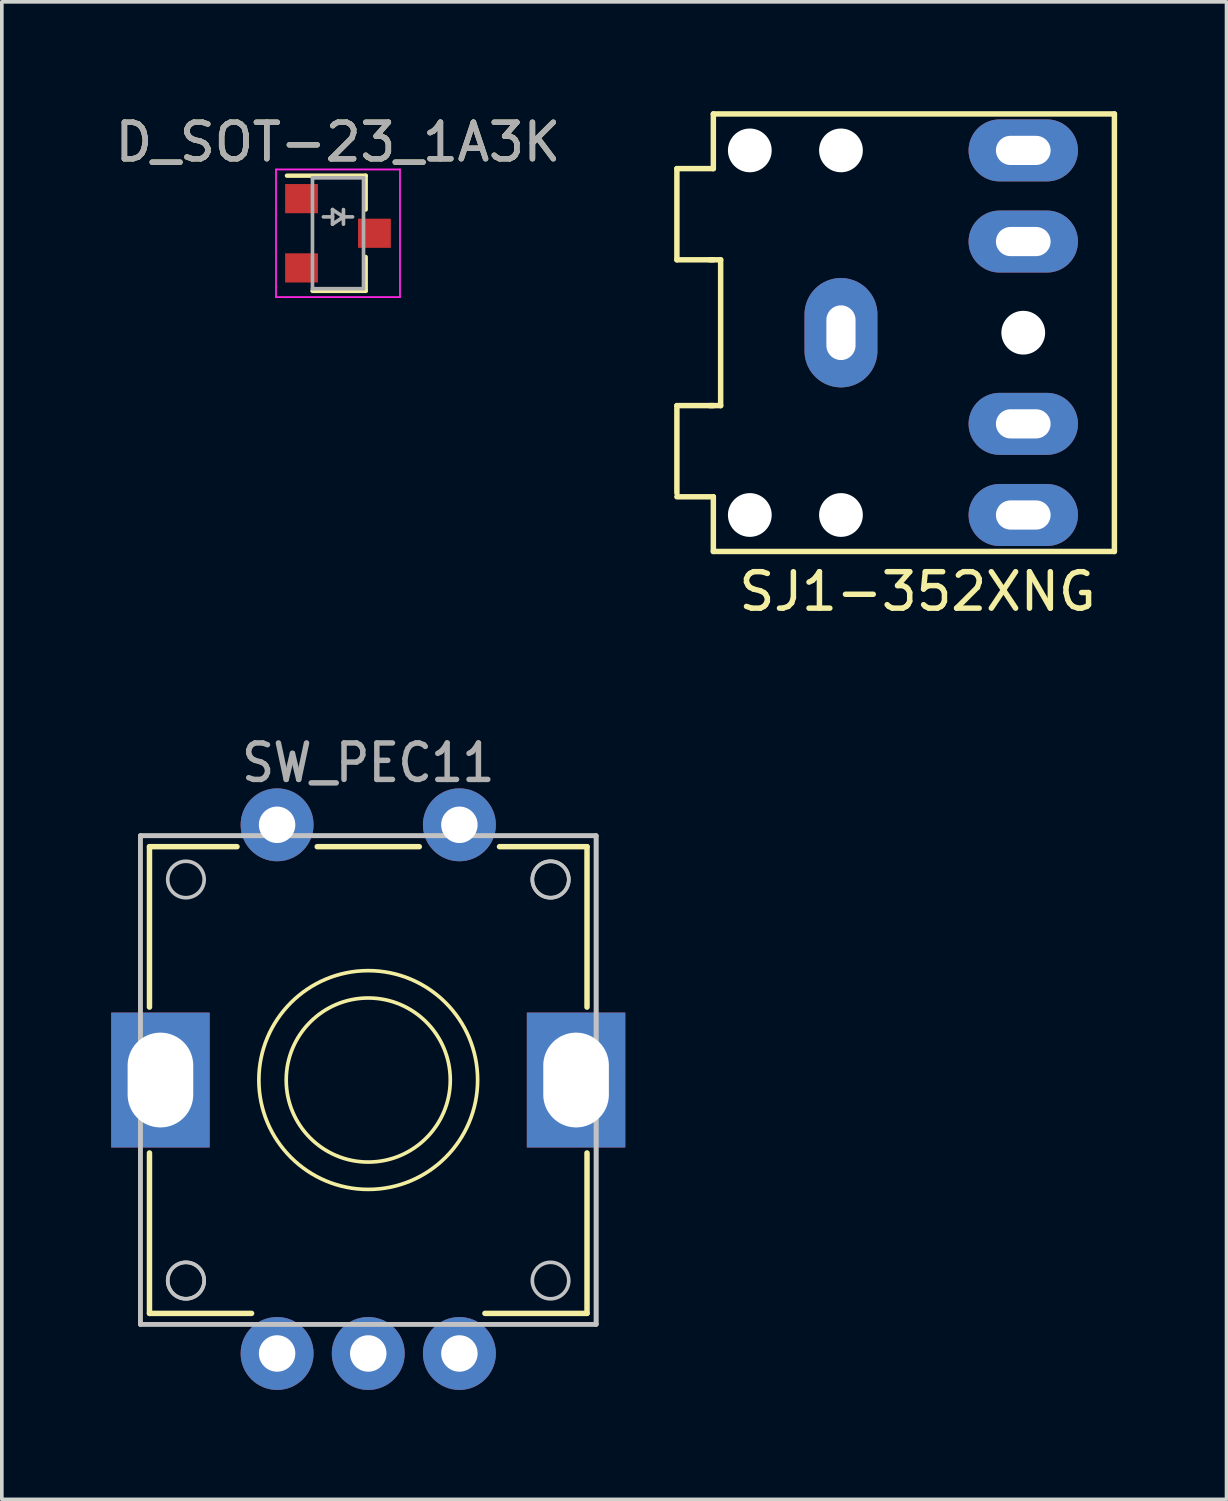
<source format=kicad_pcb>
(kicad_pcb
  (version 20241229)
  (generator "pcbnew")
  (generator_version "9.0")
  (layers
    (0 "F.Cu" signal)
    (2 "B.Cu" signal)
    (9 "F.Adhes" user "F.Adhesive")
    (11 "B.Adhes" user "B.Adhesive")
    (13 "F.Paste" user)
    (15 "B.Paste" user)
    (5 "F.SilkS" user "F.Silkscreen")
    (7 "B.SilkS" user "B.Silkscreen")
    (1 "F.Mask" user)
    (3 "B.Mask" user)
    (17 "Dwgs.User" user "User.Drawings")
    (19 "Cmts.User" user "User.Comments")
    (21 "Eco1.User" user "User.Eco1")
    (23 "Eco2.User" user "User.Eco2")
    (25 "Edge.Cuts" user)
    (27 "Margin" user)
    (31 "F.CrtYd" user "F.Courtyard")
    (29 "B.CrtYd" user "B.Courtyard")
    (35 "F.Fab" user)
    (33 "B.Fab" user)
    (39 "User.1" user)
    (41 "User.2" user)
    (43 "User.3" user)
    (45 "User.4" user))
  (footprint "SJ1-352XNG"
    (layer "F.Cu")
    (at 20.015 6.075)
    (property "Reference" "SJ1-352XNG" (at 2.1 7.1 0) (layer "F.SilkS") (effects (font (size 1 1) (thickness 0.15))))
    (attr through_hole)
    (fp_line (start -4.5 -4.5) (end -3.5 -4.5) (stroke (width 0.15) (type solid)) (layer "F.SilkS"))
    (fp_line (start -4.5 -2) (end -4.5 -4.5) (stroke (width 0.15) (type solid)) (layer "F.SilkS"))
    (fp_line (start -4.5 2) (end -4.5 4.4) (stroke (width 0.15) (type solid)) (layer "F.SilkS"))
    (fp_line (start -4.5 4.5) (end -3.5 4.5) (stroke (width 0.15) (type solid)) (layer "F.SilkS"))
    (fp_line (start -3.5 -6) (end 7.5 -6) (stroke (width 0.15) (type solid)) (layer "F.SilkS"))
    (fp_line (start -3.5 -4.5) (end -3.5 -6) (stroke (width 0.15) (type solid)) (layer "F.SilkS"))
    (fp_line (start -3.5 -2) (end -4.5 -2) (stroke (width 0.15) (type solid)) (layer "F.SilkS"))
    (fp_line (start -3.5 2) (end -4.5 2) (stroke (width 0.15) (type solid)) (layer "F.SilkS"))
    (fp_line (start -3.5 4.5) (end -3.5 6) (stroke (width 0.15) (type solid)) (layer "F.SilkS"))
    (fp_line (start -3.3 -2) (end -3.6 -2) (stroke (width 0.15) (type solid)) (layer "F.SilkS"))
    (fp_line (start -3.3 -2) (end -3.3 2) (stroke (width 0.15) (type solid)) (layer "F.SilkS"))
    (fp_line (start -3.3 2) (end -3.6 2) (stroke (width 0.15) (type solid)) (layer "F.SilkS"))
    (fp_line (start 7.5 -6) (end 7.5 6) (stroke (width 0.15) (type solid)) (layer "F.SilkS"))
    (fp_line (start 7.5 6) (end -3.5 6) (stroke (width 0.15) (type solid)) (layer "F.SilkS"))
    (pad "" np_thru_hole circle (at -2.5 -5) (size 1.2 1.2) (drill 1.2) (layers "*.Cu"))
    (pad "" np_thru_hole circle (at -2.5 5) (size 1.2 1.2) (drill 1.2) (layers "*.Cu"))
    (pad "" np_thru_hole circle (at 0 -5) (size 1.2 1.2) (drill 1.2) (layers "*.Cu"))
    (pad "" np_thru_hole circle (at 0 5) (size 1.2 1.2) (drill 1.2) (layers "*.Cu"))
    (pad "" np_thru_hole circle (at 5 0) (size 1.2 1.2) (drill 1.2) (layers "*.Cu"))
    (pad "1" thru_hole oval (at 0 0 90) (size 3 2) (drill oval 1.5 0.8) (layers "*.Cu" "*.Mask"))
    (pad "2" thru_hole oval (at 5 5) (size 3 1.7) (drill oval 1.5 0.8) (layers "*.Cu" "*.Mask"))
    (pad "3" thru_hole oval (at 5 -5) (size 3 1.7) (drill oval 1.5 0.8) (layers "*.Cu" "*.Mask"))
    (pad "4" thru_hole oval (at 5 2.5) (size 3 1.7) (drill oval 1.5 0.8) (layers "*.Cu" "*.Mask"))
    (pad "5" thru_hole oval (at 5 -2.5) (size 3 1.7) (drill oval 1.5 0.8) (layers "*.Cu" "*.Mask")))
  (footprint "SW_PEC11"
    (layer "F.Cu")
    (at 7.05 26.572)
    (property "Reference" "SW_PEC11" (at 0 -8.7 0) (layer "F.Fab") (effects (font (size 1 0.9) (thickness 0.15))))
    (attr through_hole)
    (fp_line (start -6 -6.4) (end -6 -2) (stroke (width 0.15) (type solid)) (layer "F.SilkS"))
    (fp_line (start -6 -6.4) (end -3.6 -6.4) (stroke (width 0.15) (type solid)) (layer "F.SilkS"))
    (fp_line (start -6 6.4) (end -6 2) (stroke (width 0.15) (type solid)) (layer "F.SilkS"))
    (fp_line (start -6 6.4) (end -3.2 6.4) (stroke (width 0.15) (type solid)) (layer "F.SilkS"))
    (fp_line (start -1.4 -6.4) (end 1.4 -6.4) (stroke (width 0.15) (type solid)) (layer "F.SilkS"))
    (fp_line (start 6 -6.4) (end 3.6 -6.4) (stroke (width 0.15) (type solid)) (layer "F.SilkS"))
    (fp_line (start 6 -6.4) (end 6 -2) (stroke (width 0.15) (type solid)) (layer "F.SilkS"))
    (fp_line (start 6 6.4) (end 3.2 6.4) (stroke (width 0.15) (type solid)) (layer "F.SilkS"))
    (fp_line (start 6 6.4) (end 6 2) (stroke (width 0.15) (type solid)) (layer "F.SilkS"))
    (fp_circle (center 0 0) (end 2.25 0) (stroke (width 0.1) (type solid)) (fill no) (layer "F.SilkS"))
    (fp_circle (center 0 0) (end 3 0) (stroke (width 0.1) (type solid)) (fill no) (layer "F.SilkS"))
    (fp_line (start -6.25 -6.7) (end -6.25 6.7) (stroke (width 0.127) (type solid)) (layer "Dwgs.User"))
    (fp_line (start -6.25 -6.7) (end -6.25 6.7) (stroke (width 0.127) (type solid)) (layer "Dwgs.User"))
    (fp_line (start -6.25 6.7) (end 6.25 6.7) (stroke (width 0.127) (type solid)) (layer "Dwgs.User"))
    (fp_line (start -6.25 6.7) (end 6.25 6.7) (stroke (width 0.127) (type solid)) (layer "Dwgs.User"))
    (fp_line (start 6.25 -6.7) (end -6.25 -6.7) (stroke (width 0.127) (type solid)) (layer "Dwgs.User"))
    (fp_line (start 6.25 -6.7) (end -6.25 -6.7) (stroke (width 0.127) (type solid)) (layer "Dwgs.User"))
    (fp_line (start 6.25 6.7) (end 6.25 -6.7) (stroke (width 0.127) (type solid)) (layer "Dwgs.User"))
    (fp_line (start 6.25 6.7) (end 6.25 -6.7) (stroke (width 0.127) (type solid)) (layer "Dwgs.User"))
    (fp_circle (center -5 -5.5) (end -4.5 -5.5) (stroke (width 0.1) (type solid)) (fill no) (layer "Dwgs.User"))
    (fp_circle (center -5 5.5) (end -4.5 5.5) (stroke (width 0.1) (type solid)) (fill no) (layer "Dwgs.User"))
    (fp_circle (center -5 5.5) (end -4.5 5.5) (stroke (width 0.1) (type solid)) (fill no) (layer "Dwgs.User"))
    (fp_circle (center 5 -5.5) (end 5.5 -5.5) (stroke (width 0.1) (type solid)) (fill no) (layer "Dwgs.User"))
    (fp_circle (center 5 -5.5) (end 5.5 -5.5) (stroke (width 0.1) (type solid)) (fill no) (layer "Dwgs.User"))
    (fp_circle (center 5 5.5) (end 5.5 5.5) (stroke (width 0.1) (type solid)) (fill no) (layer "Dwgs.User"))
    (pad "1" thru_hole circle (at -2.5 -7) (size 2 2) (drill 1) (layers "*.Cu" "*.Mask"))
    (pad "2" thru_hole circle (at 2.5 -7) (size 2 2) (drill 1) (layers "*.Cu" "*.Mask"))
    (pad "A" thru_hole circle (at -2.5 7.5) (size 2 2) (drill 1) (layers "*.Cu" "*.Mask"))
    (pad "B" thru_hole circle (at 2.5 7.5) (size 2 2) (drill 1) (layers "*.Cu" "*.Mask"))
    (pad "C" thru_hole circle (at 0 7.5) (size 2 2) (drill 1) (layers "*.Cu" "*.Mask"))
    (pad "P1" thru_hole rect (at -5.7 0) (size 2.7 3.7) (drill oval 1.8 2.6) (layers "*.Cu" "*.Mask"))
    (pad "P2" thru_hole rect (at 5.7 0) (size 2.7 3.7) (drill oval 1.8 2.6) (layers "*.Cu" "*.Mask")))
  (footprint "D_SOT-23_1A3K"
    (layer "F.Cu")
    (at 6.22 3.348)
    (property "Reference" "D_SOT-23_1A3K" (at 0 -2.5 0) (layer "F.SilkS") (effects (font (size 1 1) (thickness 0.15))))
    (attr smd)
    (fp_line (start 0.76 -1.58) (end -1.4 -1.58) (stroke (width 0.12) (type solid)) (layer "F.SilkS"))
    (fp_line (start 0.76 -1.58) (end 0.76 -0.65) (stroke (width 0.12) (type solid)) (layer "F.SilkS"))
    (fp_line (start 0.76 1.58) (end -0.7 1.58) (stroke (width 0.12) (type solid)) (layer "F.SilkS"))
    (fp_line (start 0.76 1.58) (end 0.76 0.65) (stroke (width 0.12) (type solid)) (layer "F.SilkS"))
    (fp_line (start -1.7 -1.75) (end 1.7 -1.75) (stroke (width 0.05) (type solid)) (layer "F.CrtYd"))
    (fp_line (start -1.7 1.75) (end -1.7 -1.75) (stroke (width 0.05) (type solid)) (layer "F.CrtYd"))
    (fp_line (start 1.7 -1.75) (end 1.7 1.75) (stroke (width 0.05) (type solid)) (layer "F.CrtYd"))
    (fp_line (start 1.7 1.75) (end -1.7 1.75) (stroke (width 0.05) (type solid)) (layer "F.CrtYd"))
    (fp_line (start -0.7 -1.52) (end -0.7 1.52) (stroke (width 0.1) (type solid)) (layer "F.Fab"))
    (fp_line (start -0.7 -1.52) (end 0.7 -1.52) (stroke (width 0.1) (type solid)) (layer "F.Fab"))
    (fp_line (start -0.7 1.52) (end 0.7 1.52) (stroke (width 0.1) (type solid)) (layer "F.Fab"))
    (fp_line (start -0.15 -0.65) (end -0.15 -0.25) (stroke (width 0.1) (type solid)) (layer "F.Fab"))
    (fp_line (start -0.15 -0.45) (end -0.4 -0.45) (stroke (width 0.1) (type solid)) (layer "F.Fab"))
    (fp_line (start -0.15 -0.25) (end 0.15 -0.45) (stroke (width 0.1) (type solid)) (layer "F.Fab"))
    (fp_line (start 0.15 -0.65) (end 0.15 -0.25) (stroke (width 0.1) (type solid)) (layer "F.Fab"))
    (fp_line (start 0.15 -0.45) (end -0.15 -0.65) (stroke (width 0.1) (type solid)) (layer "F.Fab"))
    (fp_line (start 0.15 -0.45) (end 0.4 -0.45) (stroke (width 0.1) (type solid)) (layer "F.Fab"))
    (fp_line (start 0.7 -1.52) (end 0.7 1.52) (stroke (width 0.1) (type solid)) (layer "F.Fab"))
    (fp_text user "${REFERENCE}" (at 0 -2.5 0) (layer "F.Fab") (effects (font (size 1 1) (thickness 0.15))))
    (pad "1" smd rect (at -1 -0.95) (size 0.9 0.8) (layers "F.Cu" "F.Mask" "F.Paste"))
    (pad "2" smd rect (at -1 0.95) (size 0.9 0.8) (layers "F.Cu" "F.Mask" "F.Paste"))
    (pad "3" smd rect (at 1 0) (size 0.9 0.8) (layers "F.Cu" "F.Mask" "F.Paste")))
  (gr_rect
    (start -3 -3)
    (end 30.59 38.072)
    (stroke (width 0.1) (type default))
    (fill no)
    (layer "Edge.Cuts")))
</source>
